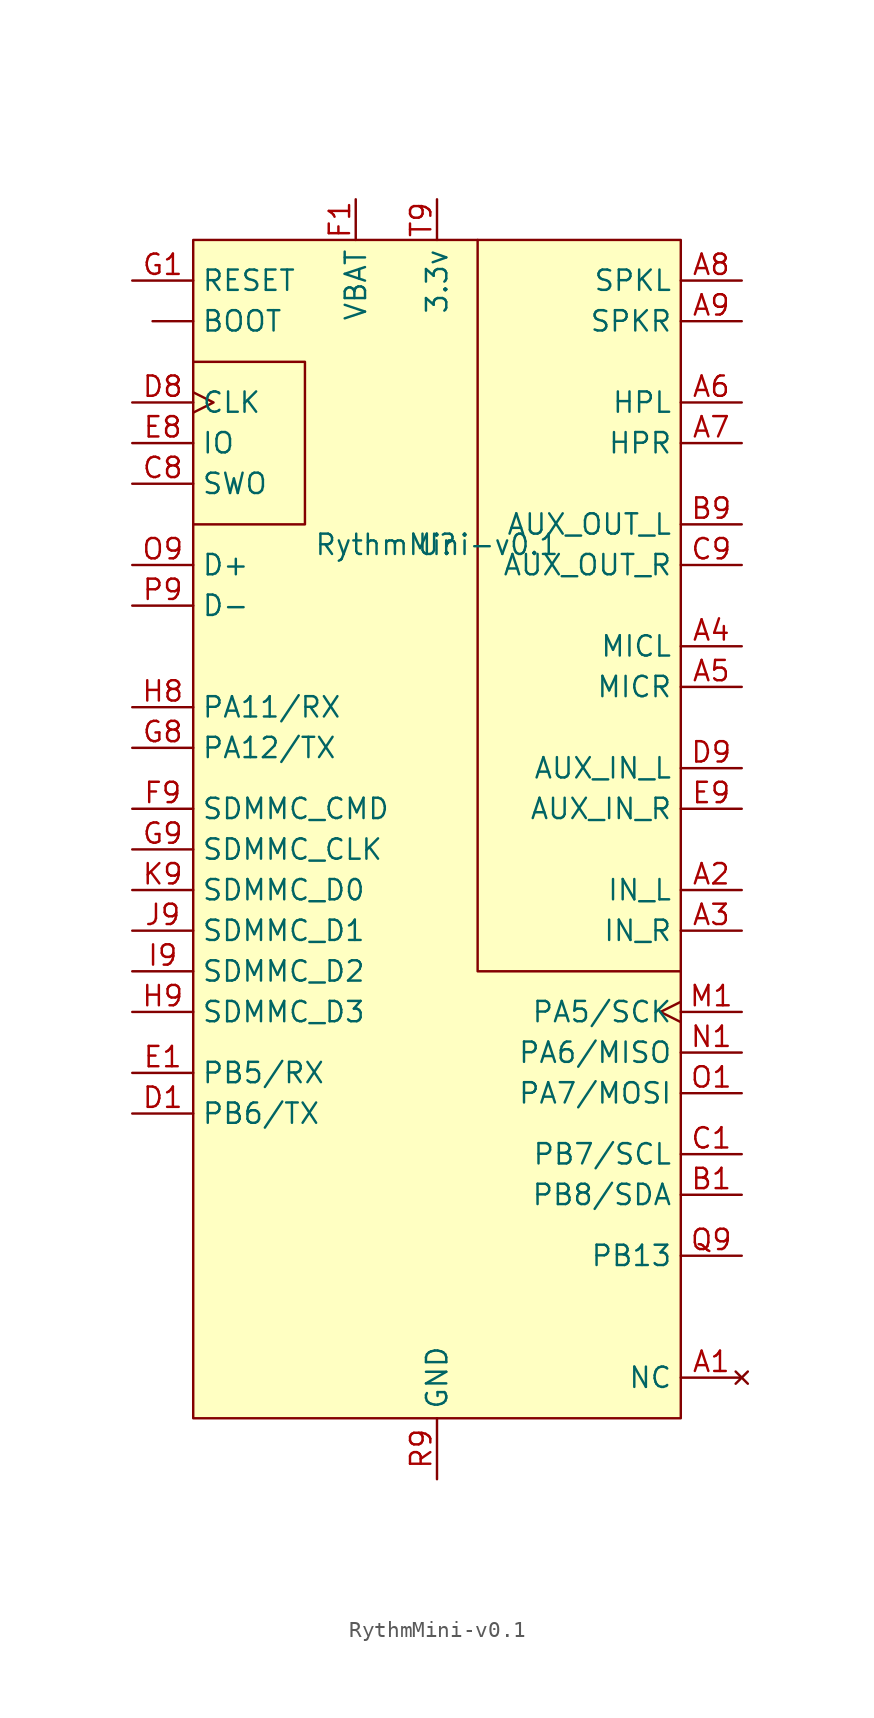
<source format=kicad_sym>
(kicad_symbol_lib
  (version 20241209)
  (generator "kicad_symbol_editor")
  (generator_version "9.0")
  (symbol "RythmMini-v0.1"
    (property "Reference" "U"
      (at 0 8.89 0)
      (effects (font (size 1.27 1.27))))
    (property "Value" "RythmMini-v0.1"
      (at 0 8.89 0)
      (effects (font (size 1.27 1.27))))
    (symbol "RythmMini-v0.1_1_1"
      (rectangle (start -15.24 27.94) (end 15.24 -45.72) (stroke (width 0) (type solid)) (fill (type background)))
      (polyline (pts (xy -15.24 20.32) (xy -8.255 20.32) (xy -8.255 10.16) (xy -15.24 10.16)) (stroke (width 0) (type default)) (fill (type none)))
      (polyline (pts (xy 2.54 27.94) (xy 2.54 -17.78) (xy 15.24 -17.78)) (stroke (width 0) (type default)) (fill (type none)))
      (pin input line (at -19.05 25.4 0) (length 3.81) (name "RESET" (effects (font (size 1.27 1.27)))) (number "G1" (effects (font (size 1.27 1.27)))))
      (pin input clock (at -19.05 17.78 0) (length 3.81) (name "CLK" (effects (font (size 1.27 1.27)))) (number "D8" (effects (font (size 1.27 1.27)))))
      (pin input line (at -19.05 15.24 0) (length 3.81) (name "IO" (effects (font (size 1.27 1.27)))) (number "E8" (effects (font (size 1.27 1.27)))))
      (pin input line (at -19.05 12.7 0) (length 3.81) (name "SWO" (effects (font (size 1.27 1.27)))) (number "C8" (effects (font (size 1.27 1.27)))))
      (pin input line (at -19.05 7.62 0) (length 3.81) (name "D+" (effects (font (size 1.27 1.27)))) (number "O9" (effects (font (size 1.27 1.27)))))
      (pin input line (at -19.05 5.08 0) (length 3.81) (name "D-" (effects (font (size 1.27 1.27)))) (number "P9" (effects (font (size 1.27 1.27)))))
      (pin input line (at -19.05 -1.27 0) (length 3.81) (name "PA11/RX" (effects (font (size 1.27 1.27)))) (number "H8" (effects (font (size 1.27 1.27)))))
      (pin input line (at -19.05 -3.81 0) (length 3.81) (name "PA12/TX" (effects (font (size 1.27 1.27)))) (number "G8" (effects (font (size 1.27 1.27)))))
      (pin input line (at -19.05 -7.62 0) (length 3.81) (name "SDMMC_CMD" (effects (font (size 1.27 1.27)))) (number "F9" (effects (font (size 1.27 1.27)))))
      (pin input line (at -19.05 -10.16 0) (length 3.81) (name "SDMMC_CLK" (effects (font (size 1.27 1.27)))) (number "G9" (effects (font (size 1.27 1.27)))))
      (pin input line (at -19.05 -12.7 0) (length 3.81) (name "SDMMC_D0" (effects (font (size 1.27 1.27)))) (number "K9" (effects (font (size 1.27 1.27)))))
      (pin input line (at -19.05 -15.24 0) (length 3.81) (name "SDMMC_D1" (effects (font (size 1.27 1.27)))) (number "J9" (effects (font (size 1.27 1.27)))))
      (pin input line (at -19.05 -17.78 0) (length 3.81) (name "SDMMC_D2" (effects (font (size 1.27 1.27)))) (number "I9" (effects (font (size 1.27 1.27)))))
      (pin input line (at -19.05 -20.32 0) (length 3.81) (name "SDMMC_D3" (effects (font (size 1.27 1.27)))) (number "H9" (effects (font (size 1.27 1.27)))))
      (pin input line (at -19.05 -24.13 0) (length 3.81) (name "PB5/RX" (effects (font (size 1.27 1.27)))) (number "E1" (effects (font (size 1.27 1.27)))))
      (pin input line (at -19.05 -26.67 0) (length 3.81) (name "PB6/TX" (effects (font (size 1.27 1.27)))) (number "D1" (effects (font (size 1.27 1.27)))))
      (pin input line (at -17.78 22.86 0) (length 2.54) (name "BOOT" (effects (font (size 1.27 1.27)))) (number "" (effects (font (size 1.27 1.27)))))
      (pin power_in line (at -5.08 30.48 270) (length 2.54) (name "VBAT" (effects (font (size 1.27 1.27)))) (number "F1" (effects (font (size 1.27 1.27)))))
      (pin power_in line (at 0 30.48 270) (length 2.54) (name "3.3v" (effects (font (size 1.27 1.27)))) (number "T9" (effects (font (size 1.27 1.27)))))
      (pin power_in line (at 0 -49.53 90) (length 3.81) (name "GND" (effects (font (size 1.27 1.27)))) (number "R9" (effects (font (size 1.27 1.27)))))
      (pin input line (at 19.05 25.4 180) (length 3.81) (name "SPKL" (effects (font (size 1.27 1.27)))) (number "A8" (effects (font (size 1.27 1.27)))))
      (pin input line (at 19.05 22.86 180) (length 3.81) (name "SPKR" (effects (font (size 1.27 1.27)))) (number "A9" (effects (font (size 1.27 1.27)))))
      (pin input line (at 19.05 17.78 180) (length 3.81) (name "HPL" (effects (font (size 1.27 1.27)))) (number "A6" (effects (font (size 1.27 1.27)))))
      (pin input line (at 19.05 15.24 180) (length 3.81) (name "HPR" (effects (font (size 1.27 1.27)))) (number "A7" (effects (font (size 1.27 1.27)))))
      (pin input line (at 19.05 10.16 180) (length 3.81) (name "AUX_OUT_L" (effects (font (size 1.27 1.27)))) (number "B9" (effects (font (size 1.27 1.27)))))
      (pin input line (at 19.05 7.62 180) (length 3.81) (name "AUX_OUT_R" (effects (font (size 1.27 1.27)))) (number "C9" (effects (font (size 1.27 1.27)))))
      (pin input line (at 19.05 2.54 180) (length 3.81) (name "MICL" (effects (font (size 1.27 1.27)))) (number "A4" (effects (font (size 1.27 1.27)))))
      (pin input line (at 19.05 0 180) (length 3.81) (name "MICR" (effects (font (size 1.27 1.27)))) (number "A5" (effects (font (size 1.27 1.27)))))
      (pin input line (at 19.05 -5.08 180) (length 3.81) (name "AUX_IN_L" (effects (font (size 1.27 1.27)))) (number "D9" (effects (font (size 1.27 1.27)))))
      (pin input line (at 19.05 -7.62 180) (length 3.81) (name "AUX_IN_R" (effects (font (size 1.27 1.27)))) (number "E9" (effects (font (size 1.27 1.27)))))
      (pin input line (at 19.05 -12.7 180) (length 3.81) (name "IN_L" (effects (font (size 1.27 1.27)))) (number "A2" (effects (font (size 1.27 1.27)))))
      (pin input line (at 19.05 -15.24 180) (length 3.81) (name "IN_R" (effects (font (size 1.27 1.27)))) (number "A3" (effects (font (size 1.27 1.27)))))
      (pin input clock (at 19.05 -20.32 180) (length 3.81) (name "PA5/SCK" (effects (font (size 1.27 1.27)))) (number "M1" (effects (font (size 1.27 1.27)))))
      (pin input line (at 19.05 -22.86 180) (length 3.81) (name "PA6/MISO" (effects (font (size 1.27 1.27)))) (number "N1" (effects (font (size 1.27 1.27)))))
      (pin input line (at 19.05 -25.4 180) (length 3.81) (name "PA7/MOSI" (effects (font (size 1.27 1.27)))) (number "O1" (effects (font (size 1.27 1.27)))))
      (pin input line (at 19.05 -29.21 180) (length 3.81) (name "PB7/SCL" (effects (font (size 1.27 1.27)))) (number "C1" (effects (font (size 1.27 1.27)))))
      (pin input line (at 19.05 -31.75 180) (length 3.81) (name "PB8/SDA" (effects (font (size 1.27 1.27)))) (number "B1" (effects (font (size 1.27 1.27)))))
      (pin input line (at 19.05 -35.56 180) (length 3.81) (name "PB13" (effects (font (size 1.27 1.27)))) (number "Q9" (effects (font (size 1.27 1.27)))))
      (pin no_connect line (at 19.05 -43.18 180) (length 3.81) (name "NC" (effects (font (size 1.27 1.27)))) (number "A1" (effects (font (size 1.27 1.27)))))
      (pin no_connect line (at 19.05 -43.18 180) (length 3.81) (hide yes) (name "NC" (effects (font (size 1.27 1.27)))) (number "A9" (effects (font (size 1.27 1.27)))))
      (pin no_connect line (at 19.05 -43.18 180) (length 3.81) (hide yes) (name "NC" (effects (font (size 1.27 1.27)))) (number "Y1" (effects (font (size 1.27 1.27)))))
      (pin no_connect line (at 19.05 -43.18 180) (length 3.81) (hide yes) (name "NC" (effects (font (size 1.27 1.27)))) (number "Y9" (effects (font (size 1.27 1.27))))))))
</source>
